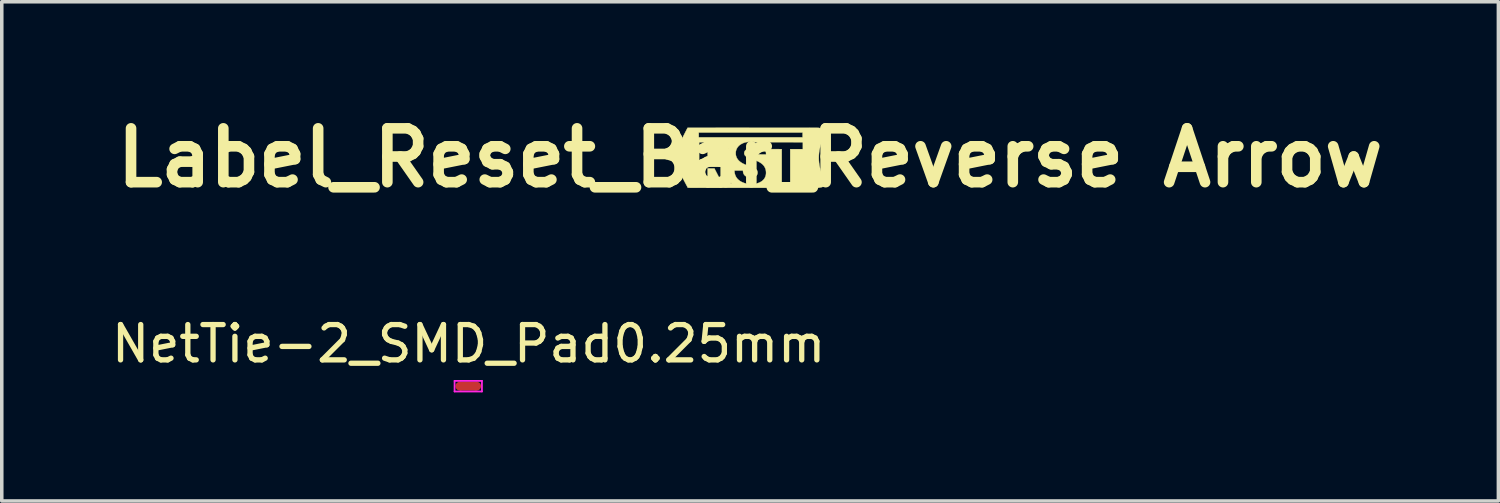
<source format=kicad_pcb>
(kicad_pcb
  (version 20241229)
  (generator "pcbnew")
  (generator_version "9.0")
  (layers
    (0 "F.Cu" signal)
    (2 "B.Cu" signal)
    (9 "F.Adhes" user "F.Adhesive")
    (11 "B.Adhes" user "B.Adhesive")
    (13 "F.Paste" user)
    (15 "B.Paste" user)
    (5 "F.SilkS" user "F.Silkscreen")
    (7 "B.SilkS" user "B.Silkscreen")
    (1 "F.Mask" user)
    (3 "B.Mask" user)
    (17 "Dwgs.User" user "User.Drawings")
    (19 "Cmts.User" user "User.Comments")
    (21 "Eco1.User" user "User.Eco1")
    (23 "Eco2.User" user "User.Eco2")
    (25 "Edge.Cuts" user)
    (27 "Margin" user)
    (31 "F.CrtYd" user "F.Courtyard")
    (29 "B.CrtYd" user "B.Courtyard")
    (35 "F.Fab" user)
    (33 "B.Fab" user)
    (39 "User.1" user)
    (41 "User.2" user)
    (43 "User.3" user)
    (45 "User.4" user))
  (footprint "Label_Reset_Bar_Reverse Arrow"
    (layer "F.Cu")
    (at 18.186 1.418)
    (property "Reference" "Label_Reset_Bar_Reverse Arrow" (at 0 0 0) (layer "F.SilkS") (effects (font (size 1.524 1.524) (thickness 0.3))))
    (attr through_hole)
    (fp_poly (pts (xy -0.96 -0.244) (xy -0.938 -0.238) (xy -0.912 -0.229) (xy -0.888 -0.217) (xy -0.868 -0.201) (xy -0.851 -0.183) (xy -0.838 -0.162) (xy -0.828 -0.138) (xy -0.821 -0.112) (xy -0.818 -0.083) (xy -0.818 -0.056) (xy -0.821 -0.028) (xy -0.828 -0.001) (xy -0.838 0.022) (xy -0.852 0.043) (xy -0.869 0.061) (xy -0.89 0.076) (xy -0.913 0.088) (xy -0.94 0.097) (xy -0.949 0.099) (xy -0.959 0.101) (xy -0.971 0.102) (xy -0.985 0.103) (xy -1.001 0.104) (xy -1.02 0.105) (xy -1.043 0.106) (xy -1.068 0.106) (xy -1.098 0.106) (xy -1.108 0.106) (xy -1.201 0.106) (xy -1.201 -0.245) (xy -0.96 -0.244)) (stroke (width 0.01) (type solid)) (fill yes) (layer "F.SilkS"))
    (fp_poly (pts (xy 0.964 -0.85) (xy 1.043 -0.85) (xy 1.118 -0.85) (xy 1.189 -0.85) (xy 1.257 -0.85) (xy 1.321 -0.85) (xy 1.381 -0.85) (xy 1.438 -0.85) (xy 1.492 -0.85) (xy 1.542 -0.85) (xy 1.589 -0.85) (xy 1.632 -0.85) (xy 1.673 -0.85) (xy 1.71 -0.849) (xy 1.744 -0.849) (xy 1.775 -0.849) (xy 1.803 -0.849) (xy 1.828 -0.849) (xy 1.851 -0.849) (xy 1.871 -0.849) (xy 1.888 -0.849) (xy 1.902 -0.849) (xy 1.914 -0.848) (xy 1.923 -0.848) (xy 1.929 -0.848) (xy 1.934 -0.848) (xy 1.936 -0.848) (xy 1.982 -0.84) (xy 2.031 -0.83) (xy 2.079 -0.816) (xy 2.126 -0.8) (xy 2.156 -0.788) (xy 2.168 -0.783) (xy 2.18 -0.778) (xy 2.19 -0.773) (xy 2.198 -0.769) (xy 2.204 -0.766) (xy 2.206 -0.765) (xy 2.205 -0.763) (xy 2.201 -0.759) (xy 2.196 -0.752) (xy 2.19 -0.743) (xy 2.188 -0.741) (xy 2.147 -0.681) (xy 2.109 -0.62) (xy 2.076 -0.556) (xy 2.046 -0.491) (xy 2.019 -0.424) (xy 1.997 -0.356) (xy 1.979 -0.286) (xy 1.964 -0.216) (xy 1.954 -0.145) (xy 1.948 -0.073) (xy 1.946 -0.000482) (xy 1.948 0.072) (xy 1.954 0.144) (xy 1.965 0.216) (xy 1.976 0.271) (xy 1.993 0.34) (xy 2.015 0.409) (xy 2.041 0.476) (xy 2.07 0.541) (xy 2.103 0.605) (xy 2.139 0.666) (xy 2.179 0.725) (xy 2.188 0.737) (xy 2.195 0.747) (xy 2.201 0.755) (xy 2.205 0.761) (xy 2.208 0.765) (xy 2.208 0.765) (xy 2.206 0.766) (xy 2.2 0.769) (xy 2.192 0.773) (xy 2.183 0.777) (xy 2.18 0.778) (xy 2.124 0.801) (xy 2.066 0.82) (xy 2.007 0.836) (xy 1.952 0.846) (xy 1.95 0.846) (xy 1.949 0.846) (xy 1.947 0.847) (xy 1.944 0.847) (xy 1.942 0.847) (xy 1.939 0.847) (xy 1.935 0.847) (xy 1.931 0.848) (xy 1.926 0.848) (xy 1.92 0.848) (xy 1.913 0.848) (xy 1.905 0.848) (xy 1.896 0.848) (xy 1.886 0.849) (xy 1.875 0.849) (xy 1.862 0.849) (xy 1.848 0.849) (xy 1.833 0.849) (xy 1.815 0.849) (xy 1.796 0.849) (xy 1.776 0.849) (xy 1.753 0.849) (xy 1.728 0.849) (xy 1.701 0.85) (xy 1.672 0.85) (xy 1.641 0.85) (xy 1.608 0.85) (xy 1.572 0.85) (xy 1.533 0.85) (xy 1.492 0.85) (xy 1.448 0.85) (xy 1.402 0.85) (xy 1.352 0.85) (xy 1.3 0.85) (xy 1.244 0.85) (xy 1.185 0.85) (xy 1.123 0.85) (xy 1.058 0.85) (xy 0.989 0.85) (xy 0.917 0.85) (xy 0.841 0.85) (xy 0.762 0.85) (xy 0.679 0.85) (xy 0.592 0.85) (xy 0.5 0.85) (xy 0.405 0.85) (xy 0.306 0.85) (xy 0.202 0.85) (xy 0.095 0.85) (xy -0.03 0.85) (xy -0.137 0.85) (xy -0.241 0.85) (xy -0.34 0.85) (xy -0.435 0.85) (xy -0.526 0.85) (xy -0.613 0.85) (xy -0.696 0.85) (xy -0.776 0.85) (xy -0.851 0.85) (xy -0.923 0.85) (xy -0.992 0.85) (xy -1.056 0.85) (xy -1.118 0.85) (xy -1.176 0.85) (xy -1.231 0.85) (xy -1.283 0.85) (xy -1.331 0.85) (xy -1.376 0.85) (xy -1.419 0.85) (xy -1.459 0.85) (xy -1.495 0.849) (xy -1.529 0.849) (xy -1.561 0.849) (xy -1.589 0.849) (xy -1.616 0.849) (xy -1.639 0.849) (xy -1.661 0.849) (xy -1.68 0.849) (xy -1.697 0.849) (xy -1.711 0.849) (xy -1.724 0.848) (xy -1.735 0.848) (xy -1.744 0.848) (xy -1.751 0.848) (xy -1.756 0.848) (xy -1.759 0.848) (xy -1.761 0.848) (xy -1.762 0.847) (xy -1.763 0.845) (xy -1.766 0.839) (xy -1.771 0.83) (xy -1.778 0.817) (xy -1.786 0.801) (xy -1.796 0.782) (xy -1.808 0.76) (xy -1.821 0.736) (xy -1.826 0.727) (xy -1.442 0.727) (xy -1.201 0.727) (xy -1.201 0.3) (xy -1.105 0.301) (xy -1.009 0.301) (xy -0.9 0.513) (xy -0.792 0.725) (xy -0.662 0.726) (xy -0.532 0.727) (xy -0.532 0.721) (xy -0.533 0.719) (xy -0.536 0.713) (xy -0.541 0.703) (xy -0.547 0.69) (xy -0.555 0.675) (xy -0.565 0.656) (xy -0.576 0.635) (xy -0.588 0.612) (xy -0.601 0.587) (xy -0.615 0.561) (xy -0.63 0.532) (xy -0.645 0.503) (xy -0.657 0.48) (xy -0.673 0.45) (xy -0.689 0.421) (xy -0.703 0.393) (xy -0.717 0.367) (xy -0.721 0.36) (xy -0.442 0.36) (xy -0.441 0.386) (xy -0.437 0.424) (xy -0.429 0.462) (xy -0.417 0.497) (xy -0.401 0.532) (xy -0.381 0.564) (xy -0.358 0.593) (xy -0.345 0.607) (xy -0.315 0.633) (xy -0.283 0.658) (xy -0.247 0.679) (xy -0.208 0.697) (xy -0.167 0.713) (xy -0.123 0.726) (xy -0.078 0.735) (xy -0.031 0.741) (xy -0.019 0.742) (xy -0.002 0.743) (xy 0.019 0.743) (xy 0.042 0.743) (xy 0.065 0.742) (xy 0.087 0.741) (xy 0.107 0.74) (xy 0.117 0.739) (xy 0.161 0.732) (xy 0.203 0.722) (xy 0.242 0.71) (xy 0.278 0.694) (xy 0.311 0.676) (xy 0.341 0.656) (xy 0.367 0.633) (xy 0.391 0.608) (xy 0.41 0.581) (xy 0.426 0.551) (xy 0.439 0.519) (xy 0.441 0.513) (xy 0.448 0.483) (xy 0.452 0.45) (xy 0.453 0.417) (xy 0.451 0.384) (xy 0.447 0.352) (xy 0.44 0.322) (xy 0.438 0.317) (xy 0.425 0.284) (xy 0.408 0.253) (xy 0.388 0.223) (xy 0.364 0.196) (xy 0.347 0.18) (xy 0.317 0.156) (xy 0.284 0.134) (xy 0.246 0.112) (xy 0.204 0.092) (xy 0.157 0.072) (xy 0.107 0.053) (xy 0.062 0.039) (xy 0.022 0.026) (xy -0.014 0.013) (xy -0.045 -0.000241) (xy -0.073 -0.013) (xy -0.097 -0.027) (xy -0.117 -0.041) (xy -0.133 -0.055) (xy -0.146 -0.07) (xy -0.155 -0.086) (xy -0.162 -0.102) (xy -0.165 -0.119) (xy -0.166 -0.131) (xy -0.163 -0.153) (xy -0.157 -0.175) (xy -0.147 -0.194) (xy -0.133 -0.212) (xy -0.116 -0.227) (xy -0.095 -0.24) (xy -0.092 -0.242) (xy -0.072 -0.25) (xy -0.052 -0.257) (xy -0.029 -0.261) (xy -0.017 -0.263) (xy 0.018 -0.265) (xy 0.05 -0.264) (xy 0.08 -0.259) (xy 0.108 -0.251) (xy 0.133 -0.24) (xy 0.155 -0.225) (xy 0.159 -0.222) (xy 0.174 -0.208) (xy 0.186 -0.193) (xy 0.196 -0.174) (xy 0.197 -0.172) (xy 0.204 -0.156) (xy 0.208 -0.14) (xy 0.211 -0.123) (xy 0.212 -0.114) (xy 0.213 -0.096) (xy 0.453 -0.095) (xy 0.453 -0.112) (xy 0.451 -0.144) (xy 0.445 -0.177) (xy 0.435 -0.21) (xy 0.421 -0.242) (xy 0.405 -0.273) (xy 0.386 -0.302) (xy 0.363 -0.329) (xy 0.358 -0.334) (xy 0.331 -0.359) (xy 0.3 -0.381) (xy 0.267 -0.401) (xy 0.23 -0.418) (xy 0.191 -0.432) (xy 0.16 -0.441) (xy 0.544 -0.441) (xy 0.544 -0.246) (xy 0.72 -0.246) (xy 0.897 -0.245) (xy 0.897 0.727) (xy 1.137 0.727) (xy 1.137 -0.245) (xy 1.495 -0.245) (xy 1.495 -0.442) (xy 0.544 -0.441) (xy 0.16 -0.441) (xy 0.15 -0.443) (xy 0.108 -0.451) (xy 0.104 -0.451) (xy 0.053 -0.456) (xy 0.003 -0.456) (xy -0.048 -0.453) (xy -0.098 -0.445) (xy -0.146 -0.434) (xy -0.168 -0.427) (xy -0.184 -0.421) (xy -0.203 -0.413) (xy -0.222 -0.404) (xy -0.242 -0.394) (xy -0.259 -0.384) (xy -0.275 -0.374) (xy -0.283 -0.369) (xy -0.312 -0.345) (xy -0.337 -0.319) (xy -0.358 -0.291) (xy -0.375 -0.262) (xy -0.389 -0.231) (xy -0.399 -0.197) (xy -0.399 -0.196) (xy -0.401 -0.186) (xy -0.403 -0.177) (xy -0.404 -0.169) (xy -0.405 -0.159) (xy -0.405 -0.147) (xy -0.405 -0.132) (xy -0.405 -0.131) (xy -0.405 -0.116) (xy -0.405 -0.104) (xy -0.404 -0.094) (xy -0.403 -0.085) (xy -0.402 -0.076) (xy -0.4 -0.068) (xy -0.391 -0.036) (xy -0.379 -0.005) (xy -0.363 0.023) (xy -0.343 0.051) (xy -0.323 0.074) (xy -0.304 0.092) (xy -0.284 0.109) (xy -0.262 0.126) (xy -0.238 0.141) (xy -0.213 0.156) (xy -0.184 0.171) (xy -0.153 0.185) (xy -0.119 0.2) (xy -0.081 0.215) (xy -0.039 0.23) (xy -0.023 0.235) (xy 0.007 0.245) (xy 0.032 0.254) (xy 0.054 0.262) (xy 0.074 0.27) (xy 0.091 0.277) (xy 0.106 0.284) (xy 0.12 0.29) (xy 0.133 0.297) (xy 0.143 0.303) (xy 0.164 0.317) (xy 0.181 0.334) (xy 0.195 0.352) (xy 0.204 0.372) (xy 0.21 0.395) (xy 0.212 0.419) (xy 0.212 0.42) (xy 0.21 0.444) (xy 0.204 0.466) (xy 0.195 0.485) (xy 0.182 0.503) (xy 0.165 0.518) (xy 0.144 0.53) (xy 0.143 0.531) (xy 0.132 0.536) (xy 0.119 0.541) (xy 0.108 0.544) (xy 0.104 0.545) (xy 0.081 0.55) (xy 0.055 0.552) (xy 0.027 0.553) (xy -0.000478 0.552) (xy -0.028 0.55) (xy -0.053 0.545) (xy -0.076 0.54) (xy -0.081 0.538) (xy -0.101 0.53) (xy -0.119 0.522) (xy -0.134 0.512) (xy -0.147 0.501) (xy -0.155 0.493) (xy -0.17 0.474) (xy -0.182 0.454) (xy -0.191 0.431) (xy -0.197 0.405) (xy -0.199 0.386) (xy -0.202 0.36) (xy -0.442 0.36) (xy -0.721 0.36) (xy -0.73 0.343) (xy -0.742 0.321) (xy -0.752 0.301) (xy -0.761 0.283) (xy -0.769 0.268) (xy -0.775 0.256) (xy -0.78 0.248) (xy -0.783 0.243) (xy -0.783 0.241) (xy -0.782 0.24) (xy -0.777 0.236) (xy -0.769 0.231) (xy -0.759 0.226) (xy -0.758 0.225) (xy -0.724 0.205) (xy -0.693 0.183) (xy -0.666 0.158) (xy -0.642 0.131) (xy -0.622 0.102) (xy -0.615 0.087) (xy -0.606 0.068) (xy -0.599 0.051) (xy -0.593 0.034) (xy -0.588 0.013) (xy -0.587 0.009) (xy -0.58 -0.028) (xy -0.577 -0.066) (xy -0.577 -0.104) (xy -0.58 -0.141) (xy -0.586 -0.176) (xy -0.595 -0.21) (xy -0.597 -0.216) (xy -0.609 -0.246) (xy -0.623 -0.272) (xy -0.64 -0.297) (xy -0.661 -0.321) (xy -0.668 -0.328) (xy -0.694 -0.352) (xy -0.723 -0.372) (xy -0.753 -0.39) (xy -0.787 -0.405) (xy -0.824 -0.417) (xy -0.856 -0.425) (xy -0.867 -0.427) (xy -0.877 -0.43) (xy -0.888 -0.431) (xy -0.899 -0.433) (xy -0.911 -0.435) (xy -0.924 -0.436) (xy -0.938 -0.437) (xy -0.953 -0.438) (xy -0.971 -0.439) (xy -0.99 -0.44) (xy -1.011 -0.44) (xy -1.035 -0.441) (xy -1.062 -0.441) (xy -1.092 -0.441) (xy -1.126 -0.441) (xy -1.163 -0.442) (xy -1.204 -0.442) (xy -1.233 -0.442) (xy -1.442 -0.442) (xy -1.442 0.727) (xy -1.826 0.727) (xy -1.835 0.709) (xy -1.851 0.68) (xy -1.867 0.648) (xy -1.885 0.615) (xy -1.903 0.58) (xy -1.923 0.543) (xy -1.943 0.506) (xy -1.964 0.466) (xy -1.985 0.426) (xy -1.985 0.426) (xy -2.206 0.008) (xy -2.195 -0.014) (xy -2.193 -0.018) (xy -2.189 -0.026) (xy -2.183 -0.038) (xy -2.176 -0.052) (xy -2.167 -0.07) (xy -2.156 -0.091) (xy -2.144 -0.115) (xy -2.131 -0.141) (xy -2.116 -0.17) (xy -2.101 -0.2) (xy -2.084 -0.233) (xy -2.066 -0.267) (xy -2.048 -0.303) (xy -2.029 -0.341) (xy -2.009 -0.379) (xy -1.989 -0.419) (xy -1.977 -0.443) (xy -1.838 -0.715) (xy -1.453 -0.715) (xy -1.453 -0.579) (xy 1.488 -0.579) (xy 1.488 -0.715) (xy -1.453 -0.715) (xy -1.838 -0.715) (xy -1.769 -0.849) (xy 0.073 -0.85) (xy 0.189 -0.85) (xy 0.301 -0.85) (xy 0.408 -0.85) (xy 0.511 -0.85) (xy 0.61 -0.85) (xy 0.704 -0.85) (xy 0.795 -0.85) (xy 0.882 -0.85) (xy 0.964 -0.85)) (stroke (width 0.01) (type solid)) (fill yes) (layer "F.SilkS")))
  (footprint "NetTie-2_SMD_Pad0.25mm"
    (layer "F.Cu")
    (at 10.22 7.884)
    (property "Reference" "NetTie-2_SMD_Pad0.25mm" (at 0 -1.2 0) (layer "F.SilkS") (effects (font (size 1 1) (thickness 0.15))))
    (attr exclude_from_pos_files exclude_from_bom)
    (fp_poly (pts (xy -0.25 -0.125) (xy 0.225 -0.125) (xy 0.225 0.125) (xy -0.25 0.125)) (stroke (width 0) (type solid)) (fill yes) (layer "F.Cu"))
    (fp_line (start -0.4 -0.15) (end -0.4 0.15) (stroke (width 0.05) (type solid)) (layer "F.CrtYd"))
    (fp_line (start -0.4 0.15) (end 0.375 0.15) (stroke (width 0.05) (type solid)) (layer "F.CrtYd"))
    (fp_line (start 0.375 -0.15) (end -0.4 -0.15) (stroke (width 0.05) (type solid)) (layer "F.CrtYd"))
    (fp_line (start 0.375 0.15) (end 0.375 -0.15) (stroke (width 0.05) (type solid)) (layer "F.CrtYd"))
    (pad "1" smd circle (at -0.25 0) (size 0.25 0.25) (layers "F.Cu"))
    (pad "2" smd circle (at 0.225 0) (size 0.25 0.25) (layers "F.Cu")))
  (gr_rect
    (start -3 -3)
    (end 39.373 11.134)
    (stroke (width 0.1) (type default))
    (fill no)
    (layer "Edge.Cuts")))
</source>
